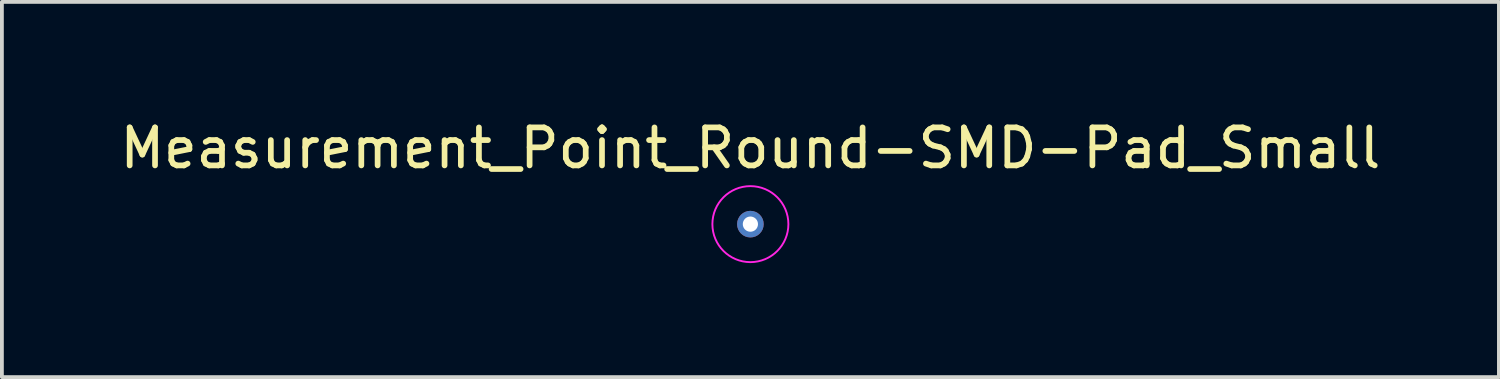
<source format=kicad_pcb>
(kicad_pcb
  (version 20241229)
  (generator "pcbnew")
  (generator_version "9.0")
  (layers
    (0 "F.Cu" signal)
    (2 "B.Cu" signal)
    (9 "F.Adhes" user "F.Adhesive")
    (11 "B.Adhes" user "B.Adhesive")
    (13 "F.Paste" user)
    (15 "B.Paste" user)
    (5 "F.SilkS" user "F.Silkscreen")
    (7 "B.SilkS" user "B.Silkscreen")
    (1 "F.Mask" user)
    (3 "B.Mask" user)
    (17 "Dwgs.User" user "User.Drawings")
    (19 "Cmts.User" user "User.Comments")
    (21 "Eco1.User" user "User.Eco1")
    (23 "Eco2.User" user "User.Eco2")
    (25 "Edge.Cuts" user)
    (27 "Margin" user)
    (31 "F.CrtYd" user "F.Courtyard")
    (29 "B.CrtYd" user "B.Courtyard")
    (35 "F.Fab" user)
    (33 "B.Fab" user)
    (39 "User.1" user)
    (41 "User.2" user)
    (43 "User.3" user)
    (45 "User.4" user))
  (footprint "Measurement_Point_Round-SMD-Pad_Small"
    (layer "F.Cu")
    (at 16.696 2.848)
    (property "Reference" "Measurement_Point_Round-SMD-Pad_Small" (at 0 -2 0) (layer "F.SilkS") (effects (font (size 1 1) (thickness 0.15))))
    (attr exclude_from_pos_files exclude_from_bom)
    (fp_circle (center 0 0) (end 1 0) (stroke (width 0.05) (type solid)) (fill no) (layer "F.CrtYd"))
    (pad "1" thru_hole circle (at 0 0) (size 0.7 0.7) (drill 0.4) (layers "*.Cu" "*.Mask")))
  (gr_rect
    (start -3 -3)
    (end 36.393 6.873)
    (stroke (width 0.1) (type default))
    (fill no)
    (layer "Edge.Cuts")))
</source>
